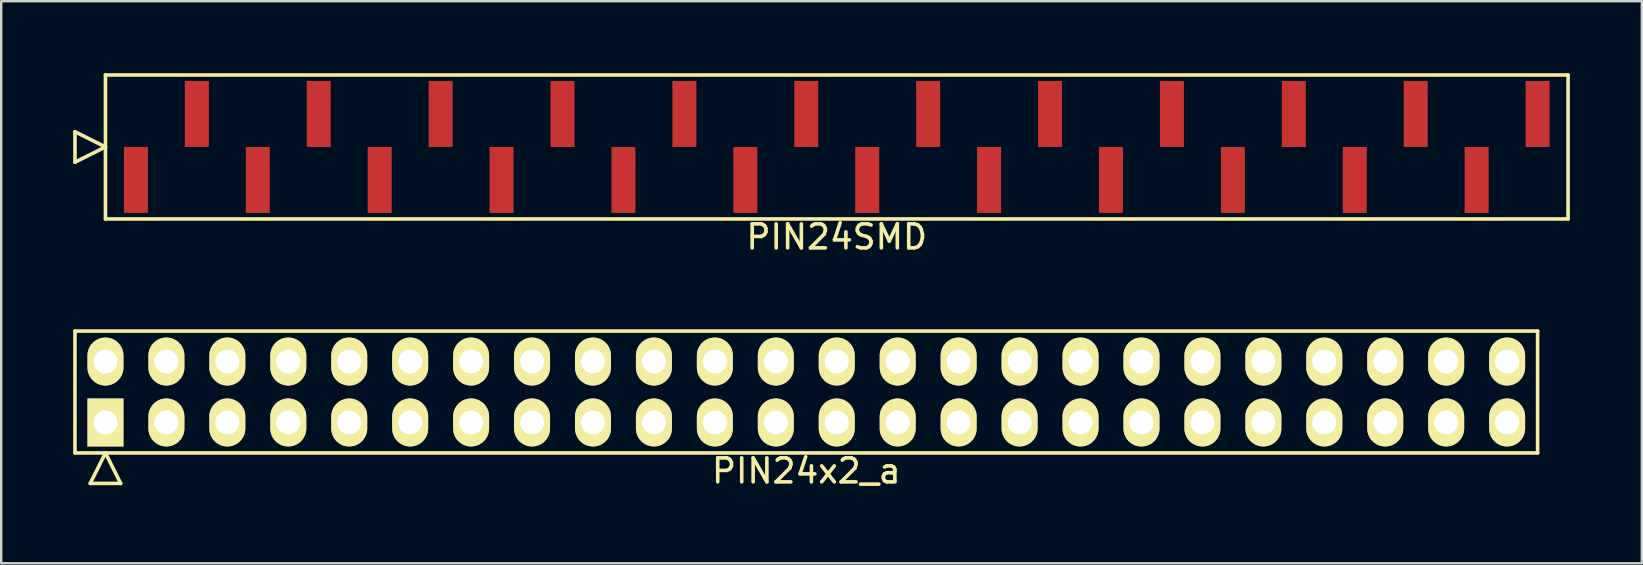
<source format=kicad_pcb>
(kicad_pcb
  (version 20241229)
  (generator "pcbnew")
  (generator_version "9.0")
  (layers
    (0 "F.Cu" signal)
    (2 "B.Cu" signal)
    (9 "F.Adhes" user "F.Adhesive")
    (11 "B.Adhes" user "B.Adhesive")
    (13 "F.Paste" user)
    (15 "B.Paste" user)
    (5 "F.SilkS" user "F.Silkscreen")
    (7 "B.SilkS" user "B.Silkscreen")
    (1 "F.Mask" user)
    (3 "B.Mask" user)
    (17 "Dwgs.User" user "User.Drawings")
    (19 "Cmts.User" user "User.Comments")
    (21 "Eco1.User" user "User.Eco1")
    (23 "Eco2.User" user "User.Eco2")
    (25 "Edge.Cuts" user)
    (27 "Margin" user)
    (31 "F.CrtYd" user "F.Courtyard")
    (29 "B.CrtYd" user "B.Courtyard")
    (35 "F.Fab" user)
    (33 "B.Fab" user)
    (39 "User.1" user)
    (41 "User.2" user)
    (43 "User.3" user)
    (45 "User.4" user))
  (footprint "PIN24SMD"
    (layer "F.Cu")
    (at 31.825 3.075)
    (property "Reference" "PIN24SMD" (at 0 3.75 0) (layer "F.SilkS") (effects (font (size 1 1) (thickness 0.15))))
    (attr through_hole)
    (fp_line (start -31.75 0.635) (end -31.75 -0.635) (stroke (width 0.15) (type solid)) (layer "F.SilkS"))
    (fp_line (start -30.48 -3) (end -30.48 3) (stroke (width 0.15) (type solid)) (layer "F.SilkS"))
    (fp_line (start -30.48 0) (end -31.75 -0.635) (stroke (width 0.15) (type solid)) (layer "F.SilkS"))
    (fp_line (start -30.48 0) (end -31.75 0.635) (stroke (width 0.15) (type solid)) (layer "F.SilkS"))
    (fp_line (start -30.48 3) (end 30.48 3) (stroke (width 0.15) (type solid)) (layer "F.SilkS"))
    (fp_line (start 30.48 -3) (end -30.48 -3) (stroke (width 0.15) (type solid)) (layer "F.SilkS"))
    (fp_line (start 30.48 3) (end 30.48 -3) (stroke (width 0.15) (type solid)) (layer "F.SilkS"))
    (pad "1" smd rect (at -29.21 1.375) (size 1 2.75) (layers "F.Cu" "F.Mask" "F.Paste"))
    (pad "2" smd rect (at -26.67 -1.375) (size 1 2.75) (layers "F.Cu" "F.Mask" "F.Paste"))
    (pad "3" smd rect (at -24.13 1.375) (size 1 2.75) (layers "F.Cu" "F.Mask" "F.Paste"))
    (pad "4" smd rect (at -21.59 -1.375) (size 1 2.75) (layers "F.Cu" "F.Mask" "F.Paste"))
    (pad "5" smd rect (at -19.05 1.375) (size 1 2.75) (layers "F.Cu" "F.Mask" "F.Paste"))
    (pad "6" smd rect (at -16.51 -1.375) (size 1 2.75) (layers "F.Cu" "F.Mask" "F.Paste"))
    (pad "7" smd rect (at -13.97 1.375) (size 1 2.75) (layers "F.Cu" "F.Mask" "F.Paste"))
    (pad "8" smd rect (at -11.43 -1.375) (size 1 2.75) (layers "F.Cu" "F.Mask" "F.Paste"))
    (pad "9" smd rect (at -8.89 1.375) (size 1 2.75) (layers "F.Cu" "F.Mask" "F.Paste"))
    (pad "10" smd rect (at -6.35 -1.375) (size 1 2.75) (layers "F.Cu" "F.Mask" "F.Paste"))
    (pad "11" smd rect (at -3.81 1.375) (size 1 2.75) (layers "F.Cu" "F.Mask" "F.Paste"))
    (pad "12" smd rect (at -1.27 -1.375) (size 1 2.75) (layers "F.Cu" "F.Mask" "F.Paste"))
    (pad "13" smd rect (at 1.27 1.375) (size 1 2.75) (layers "F.Cu" "F.Mask" "F.Paste"))
    (pad "14" smd rect (at 3.81 -1.375) (size 1 2.75) (layers "F.Cu" "F.Mask" "F.Paste"))
    (pad "15" smd rect (at 6.35 1.375) (size 1 2.75) (layers "F.Cu" "F.Mask" "F.Paste"))
    (pad "16" smd rect (at 8.89 -1.375) (size 1 2.75) (layers "F.Cu" "F.Mask" "F.Paste"))
    (pad "17" smd rect (at 11.43 1.375) (size 1 2.75) (layers "F.Cu" "F.Mask" "F.Paste"))
    (pad "18" smd rect (at 13.97 -1.375) (size 1 2.75) (layers "F.Cu" "F.Mask" "F.Paste"))
    (pad "19" smd rect (at 16.51 1.375) (size 1 2.75) (layers "F.Cu" "F.Mask" "F.Paste"))
    (pad "20" smd rect (at 19.05 -1.375) (size 1 2.75) (layers "F.Cu" "F.Mask" "F.Paste"))
    (pad "21" smd rect (at 21.59 1.375) (size 1 2.75) (layers "F.Cu" "F.Mask" "F.Paste"))
    (pad "22" smd rect (at 24.13 -1.375) (size 1 2.75) (layers "F.Cu" "F.Mask" "F.Paste"))
    (pad "23" smd rect (at 26.67 1.375) (size 1 2.75) (layers "F.Cu" "F.Mask" "F.Paste"))
    (pad "24" smd rect (at 29.21 -1.375) (size 1 2.75) (layers "F.Cu" "F.Mask" "F.Paste")))
  (footprint "PIN24x2_a"
    (layer "F.Cu")
    (at 30.555 13.288)
    (property "Reference" "PIN24x2_a" (at 0 3.29 0) (layer "F.SilkS") (effects (font (size 1 1) (thickness 0.15))))
    (attr through_hole)
    (fp_line (start -30.48 -2.54) (end -30.48 2.54) (stroke (width 0.15) (type solid)) (layer "F.SilkS"))
    (fp_line (start -30.48 2.54) (end 30.48 2.54) (stroke (width 0.15) (type solid)) (layer "F.SilkS"))
    (fp_line (start -29.845 3.81) (end -29.21 2.54) (stroke (width 0.15) (type solid)) (layer "F.SilkS"))
    (fp_line (start -29.845 3.81) (end -28.575 3.81) (stroke (width 0.15) (type solid)) (layer "F.SilkS"))
    (fp_line (start -28.575 3.81) (end -29.21 2.54) (stroke (width 0.15) (type solid)) (layer "F.SilkS"))
    (fp_line (start 30.48 -2.54) (end -30.48 -2.54) (stroke (width 0.15) (type solid)) (layer "F.SilkS"))
    (fp_line (start 30.48 2.54) (end 30.48 -2.54) (stroke (width 0.15) (type solid)) (layer "F.SilkS"))
    (pad "1" thru_hole rect (at -29.21 1.27) (size 1.5 2) (drill 1) (layers "*.Cu" "*.Mask" "F.SilkS"))
    (pad "2" thru_hole oval (at -29.21 -1.27) (size 1.5 2) (drill 1) (layers "*.Cu" "*.Mask" "F.SilkS"))
    (pad "3" thru_hole oval (at -26.67 1.27) (size 1.5 2) (drill 1) (layers "*.Cu" "*.Mask" "F.SilkS"))
    (pad "4" thru_hole oval (at -26.67 -1.27) (size 1.5 2) (drill 1) (layers "*.Cu" "*.Mask" "F.SilkS"))
    (pad "5" thru_hole oval (at -24.13 1.27) (size 1.5 2) (drill 1) (layers "*.Cu" "*.Mask" "F.SilkS"))
    (pad "6" thru_hole oval (at -24.13 -1.27) (size 1.5 2) (drill 1) (layers "*.Cu" "*.Mask" "F.SilkS"))
    (pad "7" thru_hole oval (at -21.59 1.27) (size 1.5 2) (drill 1) (layers "*.Cu" "*.Mask" "F.SilkS"))
    (pad "8" thru_hole oval (at -21.59 -1.27) (size 1.5 2) (drill 1) (layers "*.Cu" "*.Mask" "F.SilkS"))
    (pad "9" thru_hole oval (at -19.05 1.27) (size 1.5 2) (drill 1) (layers "*.Cu" "*.Mask" "F.SilkS"))
    (pad "10" thru_hole oval (at -19.05 -1.27) (size 1.5 2) (drill 1) (layers "*.Cu" "*.Mask" "F.SilkS"))
    (pad "11" thru_hole oval (at -16.51 1.27) (size 1.5 2) (drill 1) (layers "*.Cu" "*.Mask" "F.SilkS"))
    (pad "12" thru_hole oval (at -16.51 -1.27) (size 1.5 2) (drill 1) (layers "*.Cu" "*.Mask" "F.SilkS"))
    (pad "13" thru_hole oval (at -13.97 1.27) (size 1.5 2) (drill 1) (layers "*.Cu" "*.Mask" "F.SilkS"))
    (pad "14" thru_hole oval (at -13.97 -1.27) (size 1.5 2) (drill 1) (layers "*.Cu" "*.Mask" "F.SilkS"))
    (pad "15" thru_hole oval (at -11.43 1.27) (size 1.5 2) (drill 1) (layers "*.Cu" "*.Mask" "F.SilkS"))
    (pad "16" thru_hole oval (at -11.43 -1.27) (size 1.5 2) (drill 1) (layers "*.Cu" "*.Mask" "F.SilkS"))
    (pad "17" thru_hole oval (at -8.89 1.27) (size 1.5 2) (drill 1) (layers "*.Cu" "*.Mask" "F.SilkS"))
    (pad "18" thru_hole oval (at -8.89 -1.27) (size 1.5 2) (drill 1) (layers "*.Cu" "*.Mask" "F.SilkS"))
    (pad "19" thru_hole oval (at -6.35 1.27) (size 1.5 2) (drill 1) (layers "*.Cu" "*.Mask" "F.SilkS"))
    (pad "20" thru_hole oval (at -6.35 -1.27) (size 1.5 2) (drill 1) (layers "*.Cu" "*.Mask" "F.SilkS"))
    (pad "21" thru_hole oval (at -3.81 1.27) (size 1.5 2) (drill 1) (layers "*.Cu" "*.Mask" "F.SilkS"))
    (pad "22" thru_hole oval (at -3.81 -1.27) (size 1.5 2) (drill 1) (layers "*.Cu" "*.Mask" "F.SilkS"))
    (pad "23" thru_hole oval (at -1.27 1.27) (size 1.5 2) (drill 1) (layers "*.Cu" "*.Mask" "F.SilkS"))
    (pad "24" thru_hole oval (at -1.27 -1.27) (size 1.5 2) (drill 1) (layers "*.Cu" "*.Mask" "F.SilkS"))
    (pad "25" thru_hole oval (at 1.27 1.27) (size 1.5 2) (drill 1) (layers "*.Cu" "*.Mask" "F.SilkS"))
    (pad "26" thru_hole oval (at 1.27 -1.27) (size 1.5 2) (drill 1) (layers "*.Cu" "*.Mask" "F.SilkS"))
    (pad "27" thru_hole oval (at 3.81 1.27) (size 1.5 2) (drill 1) (layers "*.Cu" "*.Mask" "F.SilkS"))
    (pad "28" thru_hole oval (at 3.81 -1.27) (size 1.5 2) (drill 1) (layers "*.Cu" "*.Mask" "F.SilkS"))
    (pad "29" thru_hole oval (at 6.35 1.27) (size 1.5 2) (drill 1) (layers "*.Cu" "*.Mask" "F.SilkS"))
    (pad "30" thru_hole oval (at 6.35 -1.27) (size 1.5 2) (drill 1) (layers "*.Cu" "*.Mask" "F.SilkS"))
    (pad "31" thru_hole oval (at 8.89 1.27) (size 1.5 2) (drill 1) (layers "*.Cu" "*.Mask" "F.SilkS"))
    (pad "32" thru_hole oval (at 8.89 -1.27) (size 1.5 2) (drill 1) (layers "*.Cu" "*.Mask" "F.SilkS"))
    (pad "33" thru_hole oval (at 11.43 1.27) (size 1.5 2) (drill 1) (layers "*.Cu" "*.Mask" "F.SilkS"))
    (pad "34" thru_hole oval (at 11.43 -1.27) (size 1.5 2) (drill 1) (layers "*.Cu" "*.Mask" "F.SilkS"))
    (pad "35" thru_hole oval (at 13.97 1.27) (size 1.5 2) (drill 1) (layers "*.Cu" "*.Mask" "F.SilkS"))
    (pad "36" thru_hole oval (at 13.97 -1.27) (size 1.5 2) (drill 1) (layers "*.Cu" "*.Mask" "F.SilkS"))
    (pad "37" thru_hole oval (at 16.51 1.27) (size 1.5 2) (drill 1) (layers "*.Cu" "*.Mask" "F.SilkS"))
    (pad "38" thru_hole oval (at 16.51 -1.27) (size 1.5 2) (drill 1) (layers "*.Cu" "*.Mask" "F.SilkS"))
    (pad "39" thru_hole oval (at 19.05 1.27) (size 1.5 2) (drill 1) (layers "*.Cu" "*.Mask" "F.SilkS"))
    (pad "40" thru_hole oval (at 19.05 -1.27) (size 1.5 2) (drill 1) (layers "*.Cu" "*.Mask" "F.SilkS"))
    (pad "41" thru_hole oval (at 21.59 1.27) (size 1.5 2) (drill 1) (layers "*.Cu" "*.Mask" "F.SilkS"))
    (pad "42" thru_hole oval (at 21.59 -1.27) (size 1.5 2) (drill 1) (layers "*.Cu" "*.Mask" "F.SilkS"))
    (pad "43" thru_hole oval (at 24.13 1.27) (size 1.5 2) (drill 1) (layers "*.Cu" "*.Mask" "F.SilkS"))
    (pad "44" thru_hole oval (at 24.13 -1.27) (size 1.5 2) (drill 1) (layers "*.Cu" "*.Mask" "F.SilkS"))
    (pad "45" thru_hole oval (at 26.67 1.27) (size 1.5 2) (drill 1) (layers "*.Cu" "*.Mask" "F.SilkS"))
    (pad "46" thru_hole oval (at 26.67 -1.27) (size 1.5 2) (drill 1) (layers "*.Cu" "*.Mask" "F.SilkS"))
    (pad "47" thru_hole oval (at 29.21 1.27) (size 1.5 2) (drill 1) (layers "*.Cu" "*.Mask" "F.SilkS"))
    (pad "48" thru_hole oval (at 29.21 -1.27) (size 1.5 2) (drill 1) (layers "*.Cu" "*.Mask" "F.SilkS")))
  (gr_rect
    (start -3 -3)
    (end 65.38 20.427)
    (stroke (width 0.1) (type default))
    (fill no)
    (layer "Edge.Cuts")))
</source>
